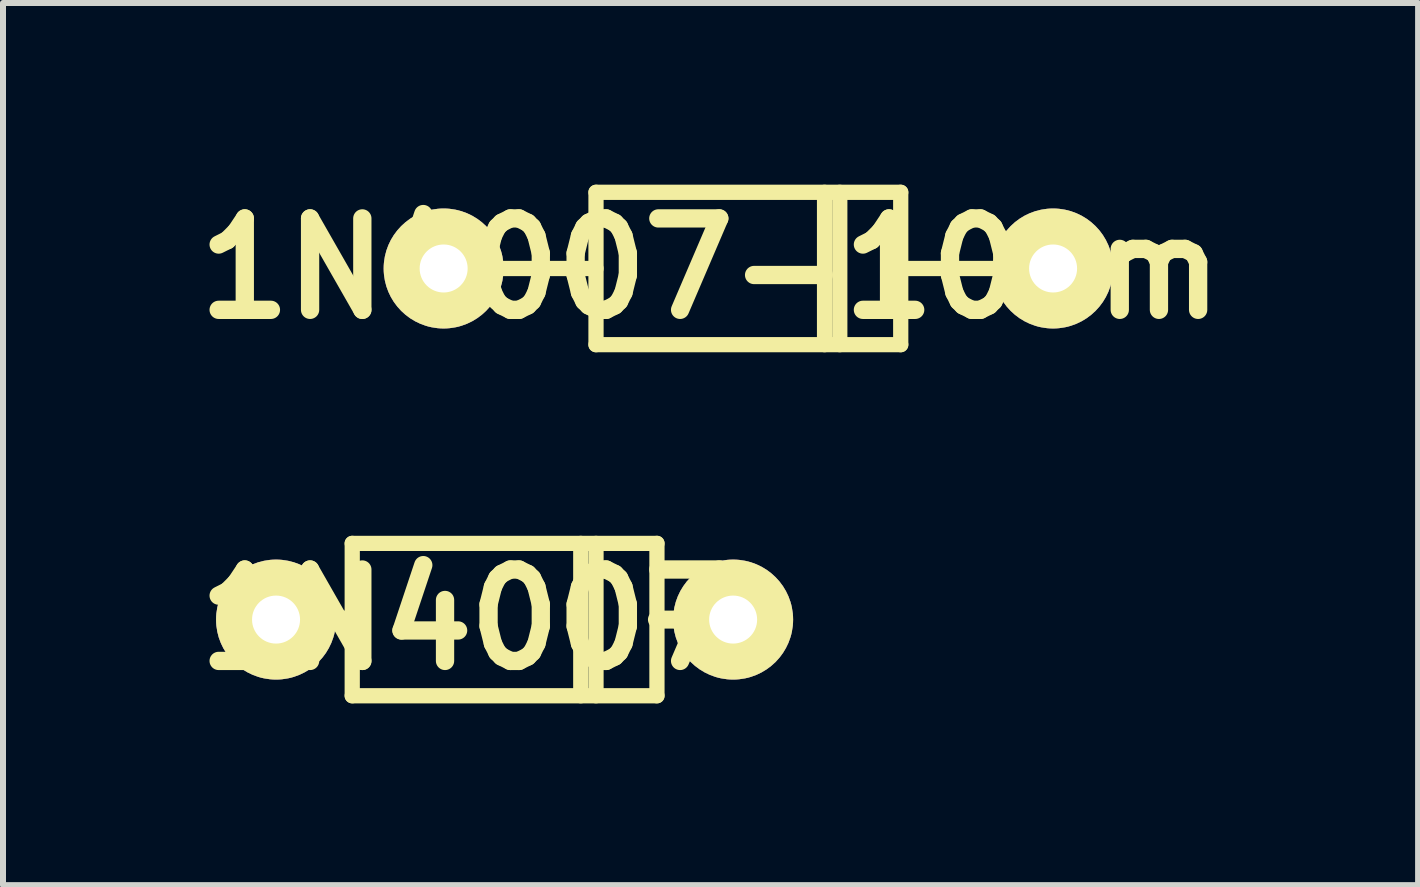
<source format=kicad_pcb>
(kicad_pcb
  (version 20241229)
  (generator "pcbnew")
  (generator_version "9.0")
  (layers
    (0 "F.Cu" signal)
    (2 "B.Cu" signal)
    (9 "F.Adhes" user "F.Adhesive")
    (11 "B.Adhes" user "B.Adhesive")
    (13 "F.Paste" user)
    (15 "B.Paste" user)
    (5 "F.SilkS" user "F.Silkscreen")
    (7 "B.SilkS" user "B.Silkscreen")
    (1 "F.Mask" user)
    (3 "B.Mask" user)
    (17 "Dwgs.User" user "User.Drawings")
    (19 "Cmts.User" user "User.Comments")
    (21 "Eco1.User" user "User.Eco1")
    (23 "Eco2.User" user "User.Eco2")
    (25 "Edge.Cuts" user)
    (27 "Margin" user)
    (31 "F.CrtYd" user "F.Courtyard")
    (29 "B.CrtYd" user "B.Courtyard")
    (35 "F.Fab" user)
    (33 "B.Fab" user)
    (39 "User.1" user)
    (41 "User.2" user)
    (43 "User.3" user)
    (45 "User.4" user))
  (footprint "1N4007"
    (layer "F.Cu")
    (at 6.632 7.279)
    (property "Reference" "1N4007" (at -1.9 0 0) (layer "F.SilkS") (effects (font (size 1.524 1.524) (thickness 0.305))))
    (attr through_hole)
    (fp_line (start -5.08 0) (end -3.81 0) (stroke (width 0.3) (type solid)) (layer "F.SilkS"))
    (fp_line (start -3.81 -1.27) (end -3.81 1.27) (stroke (width 0.254) (type solid)) (layer "F.SilkS"))
    (fp_line (start -3.81 -1.27) (end 1.27 -1.27) (stroke (width 0.254) (type solid)) (layer "F.SilkS"))
    (fp_line (start 0 -1.27) (end 0 1.27) (stroke (width 0.254) (type solid)) (layer "F.SilkS"))
    (fp_line (start 0.254 1.27) (end 0.254 -1.27) (stroke (width 0.254) (type solid)) (layer "F.SilkS"))
    (fp_line (start 1.27 -1.27) (end 1.27 1.27) (stroke (width 0.254) (type solid)) (layer "F.SilkS"))
    (fp_line (start 1.27 0) (end 2.54 0) (stroke (width 0.3) (type solid)) (layer "F.SilkS"))
    (fp_line (start 1.27 1.27) (end -3.81 1.27) (stroke (width 0.254) (type solid)) (layer "F.SilkS"))
    (pad "1" thru_hole circle (at -5.08 0) (size 2 2) (drill 0.8) (layers "B.Cu" "F.SilkS"))
    (pad "2" thru_hole circle (at 2.54 0) (size 2 2) (drill 0.8) (layers "B.Cu" "F.SilkS")))
  (footprint "1N4007-10cm"
    (layer "F.Cu")
    (at 9.426 1.426)
    (property "Reference" "1N4007-10cm" (at -0.63 0 0) (layer "F.SilkS") (effects (font (size 1.524 1.524) (thickness 0.305))))
    (attr through_hole)
    (fp_line (start -2.54 -1.27) (end -2.54 1.27) (stroke (width 0.254) (type solid)) (layer "F.SilkS"))
    (fp_line (start -2.54 -1.27) (end 2.54 -1.27) (stroke (width 0.254) (type solid)) (layer "F.SilkS"))
    (fp_line (start -2.54 0) (end -4.826 0) (stroke (width 0.254) (type solid)) (layer "F.SilkS"))
    (fp_line (start 1.27 -1.27) (end 1.27 1.27) (stroke (width 0.254) (type solid)) (layer "F.SilkS"))
    (fp_line (start 1.524 1.27) (end 1.524 -1.27) (stroke (width 0.254) (type solid)) (layer "F.SilkS"))
    (fp_line (start 2.54 -1.27) (end 2.54 1.27) (stroke (width 0.254) (type solid)) (layer "F.SilkS"))
    (fp_line (start 2.54 1.27) (end -2.54 1.27) (stroke (width 0.254) (type solid)) (layer "F.SilkS"))
    (fp_line (start 4.826 0) (end 2.54 0) (stroke (width 0.254) (type solid)) (layer "F.SilkS"))
    (pad "1" thru_hole circle (at -5.08 0) (size 2 2) (drill 0.8) (layers "*.Mask" "B.Cu" "F.SilkS"))
    (pad "2" thru_hole circle (at 5.08 0) (size 2 2) (drill 0.8) (layers "*.Mask" "B.Cu" "F.SilkS")))
  (gr_rect
    (start -3 -3)
    (end 20.591 11.706)
    (stroke (width 0.1) (type default))
    (fill no)
    (layer "Edge.Cuts")))
</source>
